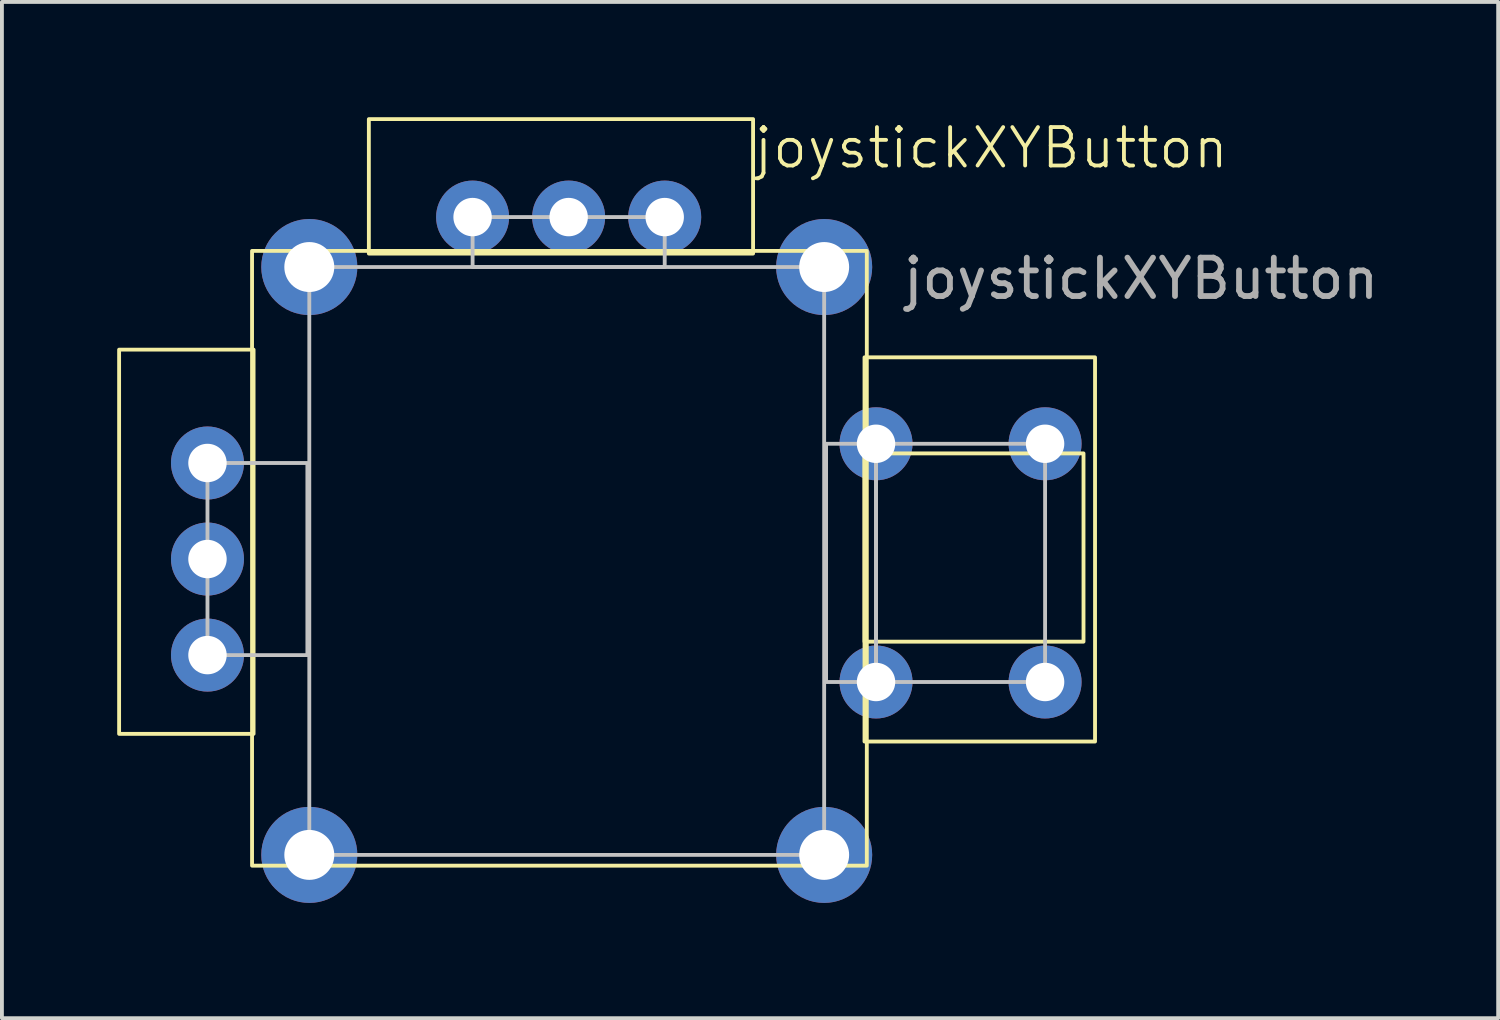
<source format=kicad_pcb>
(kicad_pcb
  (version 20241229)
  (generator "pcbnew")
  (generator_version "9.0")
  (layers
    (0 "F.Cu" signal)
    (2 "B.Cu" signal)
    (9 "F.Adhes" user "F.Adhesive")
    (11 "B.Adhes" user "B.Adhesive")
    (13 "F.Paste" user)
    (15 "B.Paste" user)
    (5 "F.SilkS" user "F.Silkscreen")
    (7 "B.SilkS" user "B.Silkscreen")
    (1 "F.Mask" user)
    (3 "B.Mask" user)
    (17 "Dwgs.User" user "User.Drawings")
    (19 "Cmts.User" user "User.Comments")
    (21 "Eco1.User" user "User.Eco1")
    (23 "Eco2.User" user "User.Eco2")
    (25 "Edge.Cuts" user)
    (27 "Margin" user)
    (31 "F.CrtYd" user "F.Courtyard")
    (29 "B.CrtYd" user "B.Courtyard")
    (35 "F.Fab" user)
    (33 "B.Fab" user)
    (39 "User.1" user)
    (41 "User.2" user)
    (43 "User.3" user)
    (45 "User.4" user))
  (footprint "joystickXYButton"
    (layer "F.Cu")
    (at 11.75 11.5)
    (property "Reference" "joystickXYButton" (at 11 -10.7 0) (unlocked yes) (layer "F.SilkS") (effects (font (size 1 1) (thickness 0.1))))
    (attr through_hole)
    (fp_rect (start -11.7 -5.45) (end -8.2 4.55) (stroke (width 0.1) (type default)) (fill no) (layer "F.SilkS"))
    (fp_rect (start -8.24 -8.02) (end 7.76 7.98) (stroke (width 0.1) (type default)) (fill no) (layer "F.SilkS"))
    (fp_rect (start -5.2 -11.45) (end 4.8 -7.95) (stroke (width 0.1) (type default)) (fill no) (layer "F.SilkS"))
    (fp_rect (start 7.7 -5.25) (end 13.7 4.75) (stroke (width 0.1) (type default)) (fill no) (layer "F.SilkS"))
    (fp_rect (start 7.7 -2.75) (end 13.4 2.15) (stroke (width 0.1) (type default)) (fill no) (layer "F.SilkS"))
    (fp_rect (start -9.4 -2.5) (end -6.8 2.5) (stroke (width 0.1) (type default)) (fill no) (layer "Dwgs.User"))
    (fp_rect (start -6.75 -7.6) (end 6.65 7.7) (stroke (width 0.1) (type default)) (fill no) (layer "Dwgs.User"))
    (fp_rect (start -2.5 -8.9) (end 2.5 -7.6) (stroke (width 0.1) (type default)) (fill no) (layer "Dwgs.User"))
    (fp_rect (start 6.7 -3) (end 8 3.2) (stroke (width 0.1) (type default)) (fill no) (layer "Dwgs.User"))
    (fp_rect (start 8 -3) (end 12.4 3.2) (stroke (width 0.1) (type default)) (fill no) (layer "Dwgs.User"))
    (fp_text user "${REFERENCE}" (at 14.9 -7.3 0) (unlocked yes) (layer "F.Fab") (effects (font (size 1 1) (thickness 0.15))))
    (pad "1" thru_hole circle (at -9.4 -2.5) (size 1.9 1.9) (drill 1) (layers "*.Cu" "*.Mask"))
    (pad "2" thru_hole circle (at -9.4 0) (size 1.9 1.9) (drill 1) (layers "*.Cu" "*.Mask"))
    (pad "3" thru_hole circle (at -9.4 2.5) (size 1.9 1.9) (drill 1) (layers "*.Cu" "*.Mask"))
    (pad "4" thru_hole circle (at -2.5 -8.9) (size 1.9 1.9) (drill 1) (layers "*.Cu" "*.Mask"))
    (pad "5" thru_hole circle (at 0 -8.9) (size 1.9 1.9) (drill 1) (layers "*.Cu" "*.Mask"))
    (pad "6" thru_hole circle (at 2.5 -8.9) (size 1.9 1.9) (drill 1) (layers "*.Cu" "*.Mask"))
    (pad "7" thru_hole circle (at 8 -3) (size 1.9 1.9) (drill 1) (layers "*.Cu" "*.Mask"))
    (pad "8" thru_hole circle (at 8 3.2) (size 1.9 1.9) (drill 1) (layers "*.Cu" "*.Mask"))
    (pad "9" thru_hole circle (at 12.4 -3) (size 1.9 1.9) (drill 1) (layers "*.Cu" "*.Mask"))
    (pad "10" thru_hole circle (at 12.4 3.2) (size 1.9 1.9) (drill 1) (layers "*.Cu" "*.Mask"))
    (pad "11" thru_hole circle (at -6.75 7.7) (size 2.5 2.5) (drill 1.3) (layers "*.Cu" "*.Mask"))
    (pad "12" thru_hole circle (at 6.65 7.7) (size 2.5 2.5) (drill 1.3) (layers "*.Cu" "*.Mask"))
    (pad "13" thru_hole circle (at 6.65 -7.6) (size 2.5 2.5) (drill 1.3) (layers "*.Cu" "*.Mask"))
    (pad "14" thru_hole circle (at -6.75 -7.6) (size 2.5 2.5) (drill 1.3) (layers "*.Cu" "*.Mask")))
  (gr_rect
    (start -3 -3)
    (end 35.942 23.45)
    (stroke (width 0.1) (type default))
    (fill no)
    (layer "Edge.Cuts")))
</source>
